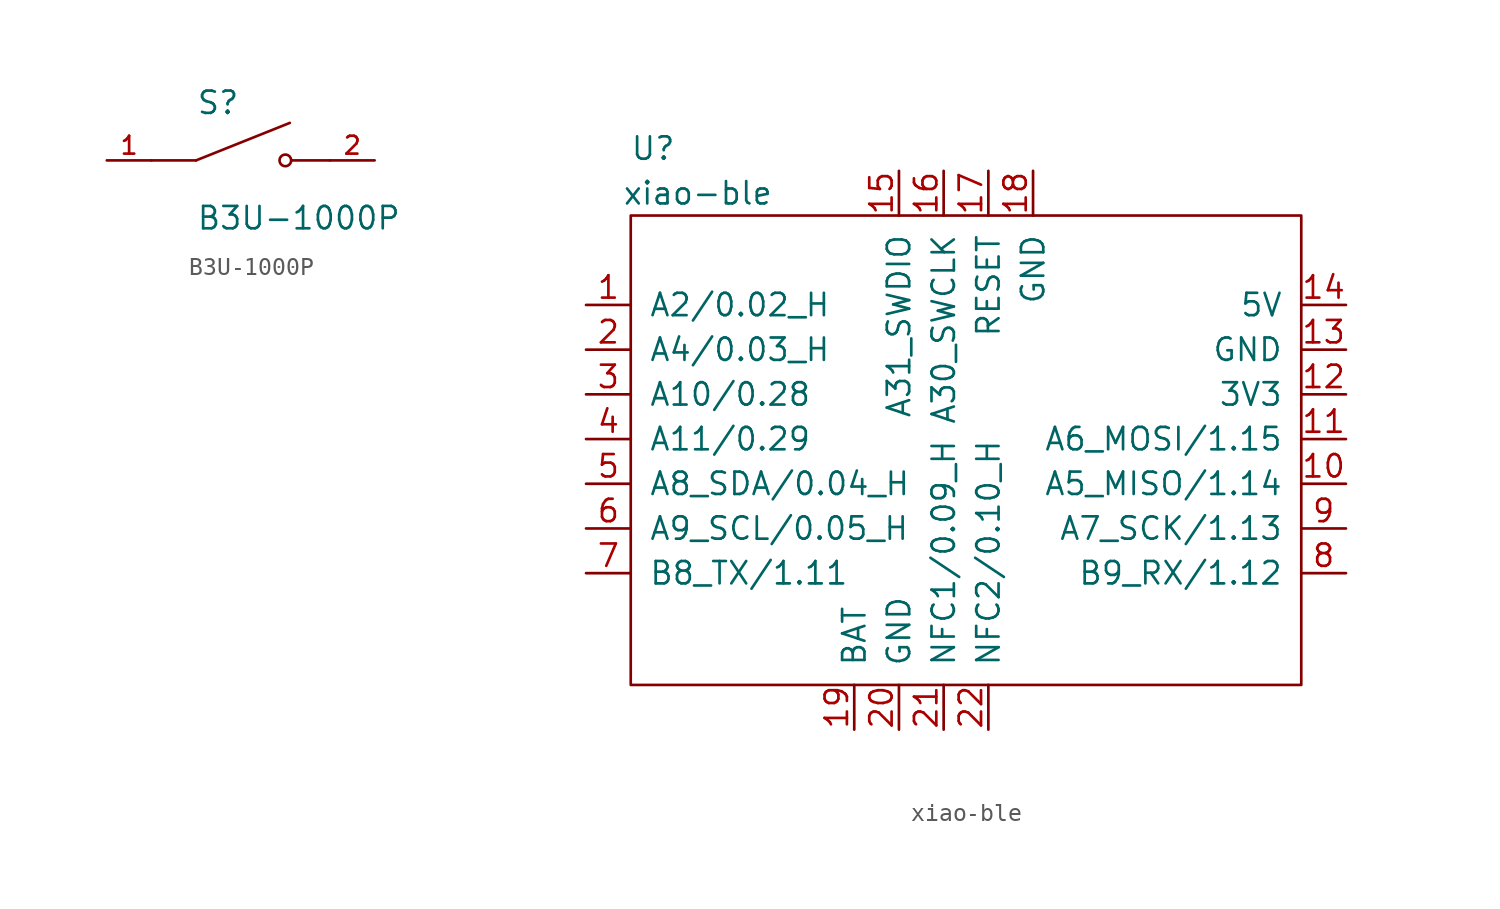
<source format=kicad_sym>
(kicad_symbol_lib
  (version 20220914)
  (generator kicad_symbol_editor)
  (symbol "B3U-1000P"
    (pin_names
      (offset 1.016))
    (property "Reference" "S"
      (at -2.54 2.54 0)
      (effects (font (size 1.27 1.27)) (justify left bottom)))
    (property "Value" "B3U-1000P"
      (at -2.54 -2.54 0)
      (effects (font (size 1.27 1.27)) (justify left top)))
    (symbol "B3U-1000P_0_0"
      (polyline (pts (xy -2.54 0) (xy -5.08 0)) (stroke (width 0.152) (type default)) (fill (type none)))
      (polyline (pts (xy -2.54 0) (xy 2.794 2.134)) (stroke (width 0.152) (type default)) (fill (type none)))
      (polyline (pts (xy 5.08 0) (xy 2.921 0)) (stroke (width 0.152) (type default)) (fill (type none)))
      (circle (center 2.54 0) (radius 0.33) (stroke (width 0.152) (type default)) (fill (type none)))
      (pin passive line (at -7.62 0 0) (length 2.54) (name "~" (effects (font (size 1.016 1.016)))) (number "1" (effects (font (size 1.016 1.016)))))
      (pin passive line (at 7.62 0 180) (length 2.54) (name "~" (effects (font (size 1.016 1.016)))) (number "2" (effects (font (size 1.016 1.016)))))))
  (symbol "xiao-ble"
    (pin_names
      (offset 1.016))
    (property "Reference" "U"
      (at -17.78 16.51 0)
      (effects (font (size 1.27 1.27))))
    (property "Value" "xiao-ble"
      (at -15.24 13.97 0)
      (effects (font (size 1.27 1.27))))
    (symbol "xiao-ble_0_1"
      (rectangle (start -19.05 12.7) (end 19.05 -13.97) (stroke (width 0) (type default)) (fill (type none))))
    (symbol "xiao-ble_1_1"
      (pin bidirectional line (at -21.59 7.62 0) (length 2.54) (name "A2/0.02_H" (effects (font (size 1.27 1.27)))) (number "1" (effects (font (size 1.27 1.27)))))
      (pin bidirectional line (at 21.59 -2.54 180) (length 2.54) (name "A5_MISO/1.14" (effects (font (size 1.27 1.27)))) (number "10" (effects (font (size 1.27 1.27)))))
      (pin bidirectional line (at 21.59 0 180) (length 2.54) (name "A6_MOSI/1.15" (effects (font (size 1.27 1.27)))) (number "11" (effects (font (size 1.27 1.27)))))
      (pin power_out line (at 21.59 2.54 180) (length 2.54) (name "3V3" (effects (font (size 1.27 1.27)))) (number "12" (effects (font (size 1.27 1.27)))))
      (pin bidirectional line (at 21.59 5.08 180) (length 2.54) (name "GND" (effects (font (size 1.27 1.27)))) (number "13" (effects (font (size 1.27 1.27)))))
      (pin power_out line (at 21.59 7.62 180) (length 2.54) (name "5V" (effects (font (size 1.27 1.27)))) (number "14" (effects (font (size 1.27 1.27)))))
      (pin input line (at -3.81 15.24 270) (length 2.54) (name "A31_SWDIO" (effects (font (size 1.27 1.27)))) (number "15" (effects (font (size 1.27 1.27)))))
      (pin input line (at -1.27 15.24 270) (length 2.54) (name "A30_SWCLK" (effects (font (size 1.27 1.27)))) (number "16" (effects (font (size 1.27 1.27)))))
      (pin input line (at 1.27 15.24 270) (length 2.54) (name "RESET" (effects (font (size 1.27 1.27)))) (number "17" (effects (font (size 1.27 1.27)))))
      (pin bidirectional line (at 3.81 15.24 270) (length 2.54) (name "GND" (effects (font (size 1.27 1.27)))) (number "18" (effects (font (size 1.27 1.27)))))
      (pin bidirectional line (at -6.35 -16.51 90) (length 2.54) (name "BAT" (effects (font (size 1.27 1.27)))) (number "19" (effects (font (size 1.27 1.27)))))
      (pin bidirectional line (at -21.59 5.08 0) (length 2.54) (name "A4/0.03_H" (effects (font (size 1.27 1.27)))) (number "2" (effects (font (size 1.27 1.27)))))
      (pin bidirectional line (at -3.81 -16.51 90) (length 2.54) (name "GND" (effects (font (size 1.27 1.27)))) (number "20" (effects (font (size 1.27 1.27)))))
      (pin bidirectional line (at -1.27 -16.51 90) (length 2.54) (name "NFC1/0.09_H" (effects (font (size 1.27 1.27)))) (number "21" (effects (font (size 1.27 1.27)))))
      (pin bidirectional line (at 1.27 -16.51 90) (length 2.54) (name "NFC2/0.10_H" (effects (font (size 1.27 1.27)))) (number "22" (effects (font (size 1.27 1.27)))))
      (pin bidirectional line (at -21.59 2.54 0) (length 2.54) (name "A10/0.28" (effects (font (size 1.27 1.27)))) (number "3" (effects (font (size 1.27 1.27)))))
      (pin bidirectional line (at -21.59 0 0) (length 2.54) (name "A11/0.29" (effects (font (size 1.27 1.27)))) (number "4" (effects (font (size 1.27 1.27)))))
      (pin bidirectional line (at -21.59 -2.54 0) (length 2.54) (name "A8_SDA/0.04_H" (effects (font (size 1.27 1.27)))) (number "5" (effects (font (size 1.27 1.27)))))
      (pin bidirectional line (at -21.59 -5.08 0) (length 2.54) (name "A9_SCL/0.05_H" (effects (font (size 1.27 1.27)))) (number "6" (effects (font (size 1.27 1.27)))))
      (pin bidirectional line (at -21.59 -7.62 0) (length 2.54) (name "B8_TX/1.11" (effects (font (size 1.27 1.27)))) (number "7" (effects (font (size 1.27 1.27)))))
      (pin bidirectional line (at 21.59 -7.62 180) (length 2.54) (name "B9_RX/1.12" (effects (font (size 1.27 1.27)))) (number "8" (effects (font (size 1.27 1.27)))))
      (pin bidirectional line (at 21.59 -5.08 180) (length 2.54) (name "A7_SCK/1.13" (effects (font (size 1.27 1.27)))) (number "9" (effects (font (size 1.27 1.27))))))))
</source>
